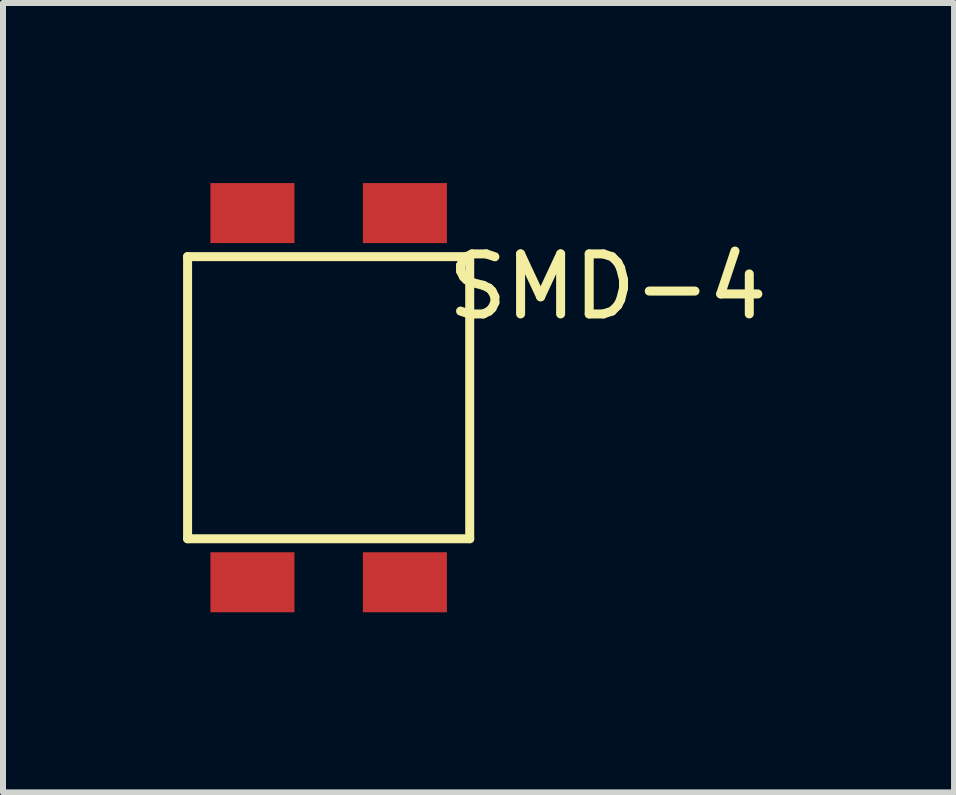
<source format=kicad_pcb>
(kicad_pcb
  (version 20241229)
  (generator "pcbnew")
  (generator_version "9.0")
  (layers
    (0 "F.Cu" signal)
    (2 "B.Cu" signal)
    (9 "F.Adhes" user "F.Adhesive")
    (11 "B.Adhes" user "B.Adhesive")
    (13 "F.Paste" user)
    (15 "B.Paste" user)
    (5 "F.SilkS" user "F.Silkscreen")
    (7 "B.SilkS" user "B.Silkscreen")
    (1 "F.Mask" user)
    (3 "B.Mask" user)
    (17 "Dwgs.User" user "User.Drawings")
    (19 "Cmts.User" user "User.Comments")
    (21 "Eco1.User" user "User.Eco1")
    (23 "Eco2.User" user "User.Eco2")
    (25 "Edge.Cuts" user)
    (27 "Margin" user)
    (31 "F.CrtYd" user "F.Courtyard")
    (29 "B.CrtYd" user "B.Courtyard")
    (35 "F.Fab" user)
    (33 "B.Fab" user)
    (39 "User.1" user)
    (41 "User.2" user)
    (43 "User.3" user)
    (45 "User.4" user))
  (footprint "SMD-4"
    (layer "F.Cu")
    (at 2.425 3.575)
    (property "Reference" "SMD-4" (at 4.65 -1.85 0) (layer "F.SilkS") (effects (font (size 1 1) (thickness 0.15))))
    (attr through_hole)
    (fp_line (start -2.35 -2.35) (end -2.35 2.35) (stroke (width 0.15) (type solid)) (layer "F.SilkS"))
    (fp_line (start -2.35 2.35) (end 2.35 2.35) (stroke (width 0.15) (type solid)) (layer "F.SilkS"))
    (fp_line (start 2.35 -2.35) (end -2.35 -2.35) (stroke (width 0.15) (type solid)) (layer "F.SilkS"))
    (fp_line (start 2.35 2.35) (end 2.35 -2.35) (stroke (width 0.15) (type solid)) (layer "F.SilkS"))
    (pad "1" smd rect (at 1.27 -3.075) (size 1.4 1) (layers "F.Cu" "F.Mask" "F.Paste"))
    (pad "2" smd rect (at 1.27 3.075) (size 1.4 1) (layers "F.Cu" "F.Mask" "F.Paste"))
    (pad "3" smd rect (at -1.27 3.075) (size 1.4 1) (layers "F.Cu" "F.Mask" "F.Paste"))
    (pad "4" smd rect (at -1.27 -3.075) (size 1.4 1) (layers "F.Cu" "F.Mask" "F.Paste")))
  (gr_rect
    (start -3 -3)
    (end 12.843 10.15)
    (stroke (width 0.1) (type default))
    (fill no)
    (layer "Edge.Cuts")))
</source>
